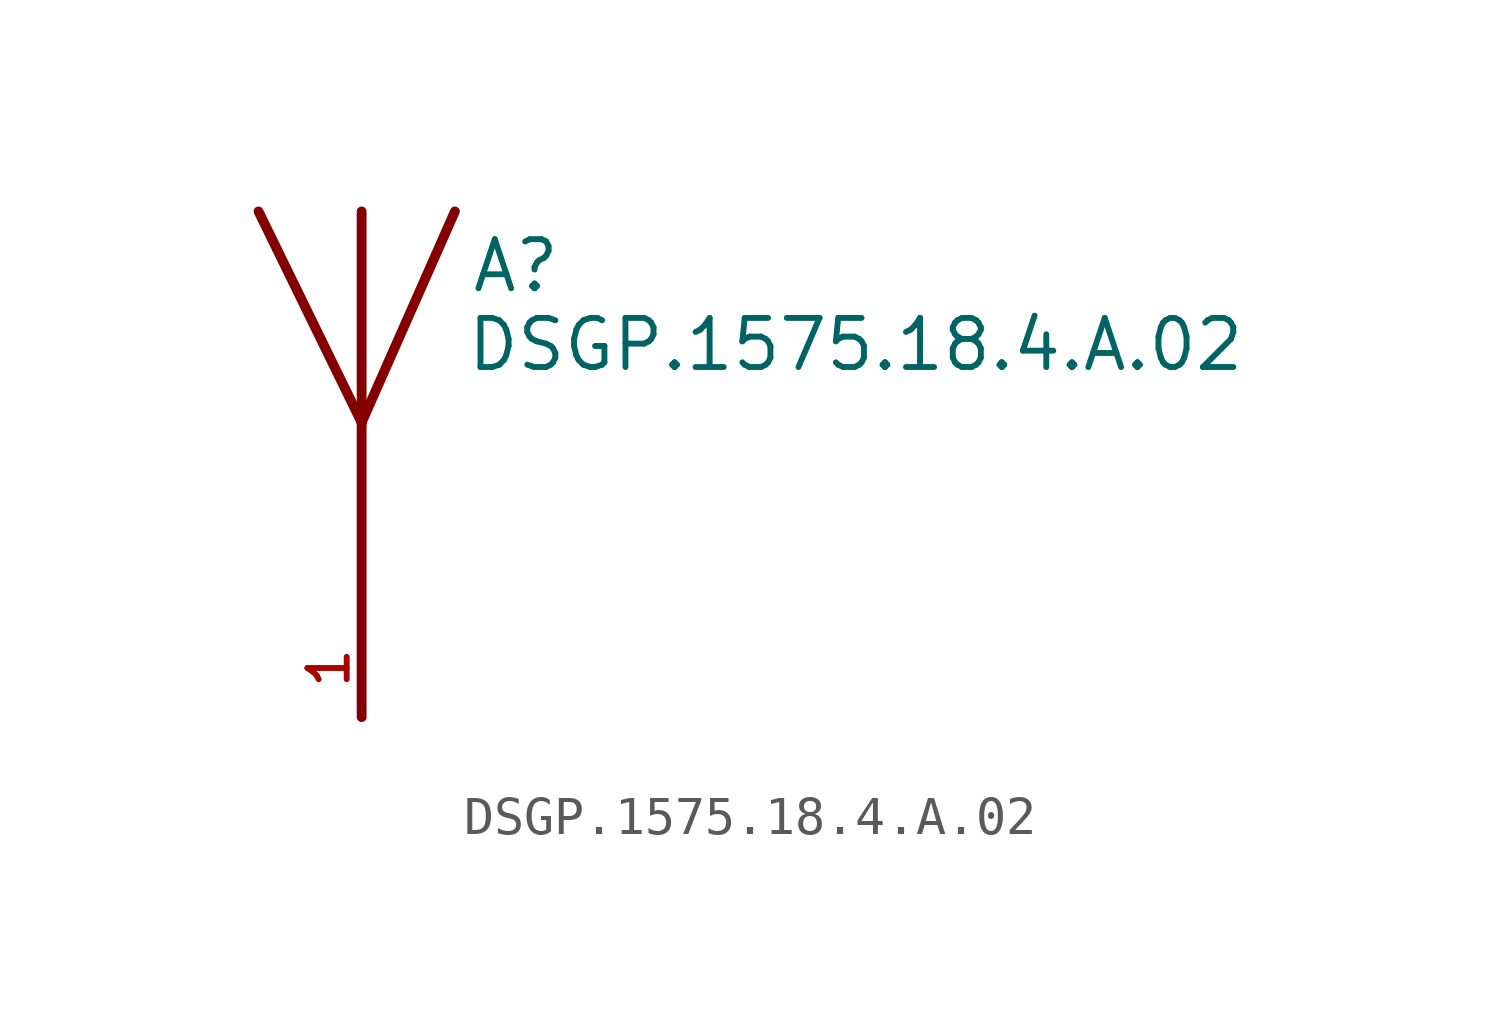
<source format=kicad_sym>
(kicad_symbol_lib
  (version 20231120)
  (generator "kicad_symbol_editor")
  (generator_version "8.0")
  (symbol "DSGP.1575.18.4.A.02"
    (pin_names
      (offset 1.016))
    (property "Reference" "A"
      (at 2.8 5.85 0)
      (effects (font (size 1.27 1.27)) (justify left bottom)))
    (property "Value" "DSGP.1575.18.4.A.02"
      (at 2.673 3.813 0)
      (effects (font (size 1.27 1.27)) (justify left bottom)))
    (symbol "DSGP.1575.18.4.A.02_0_0"
      (polyline (pts (xy 0 2.54) (xy -2.667 8.001)) (stroke (width 0.254) (type default)) (fill (type none)))
      (polyline (pts (xy 0 2.54) (xy 0 -5.08)) (stroke (width 0.254) (type default)) (fill (type none)))
      (polyline (pts (xy 0 8.001) (xy 0 2.54)) (stroke (width 0.254) (type default)) (fill (type none)))
      (polyline (pts (xy 2.413 8.001) (xy 0 2.54)) (stroke (width 0.254) (type default)) (fill (type none)))
      (pin input line (at 0 -5.08 90) (length 2.54) (name "~" (effects (font (size 1.016 1.016)))) (number "1" (effects (font (size 1.016 1.016))))))))
</source>
